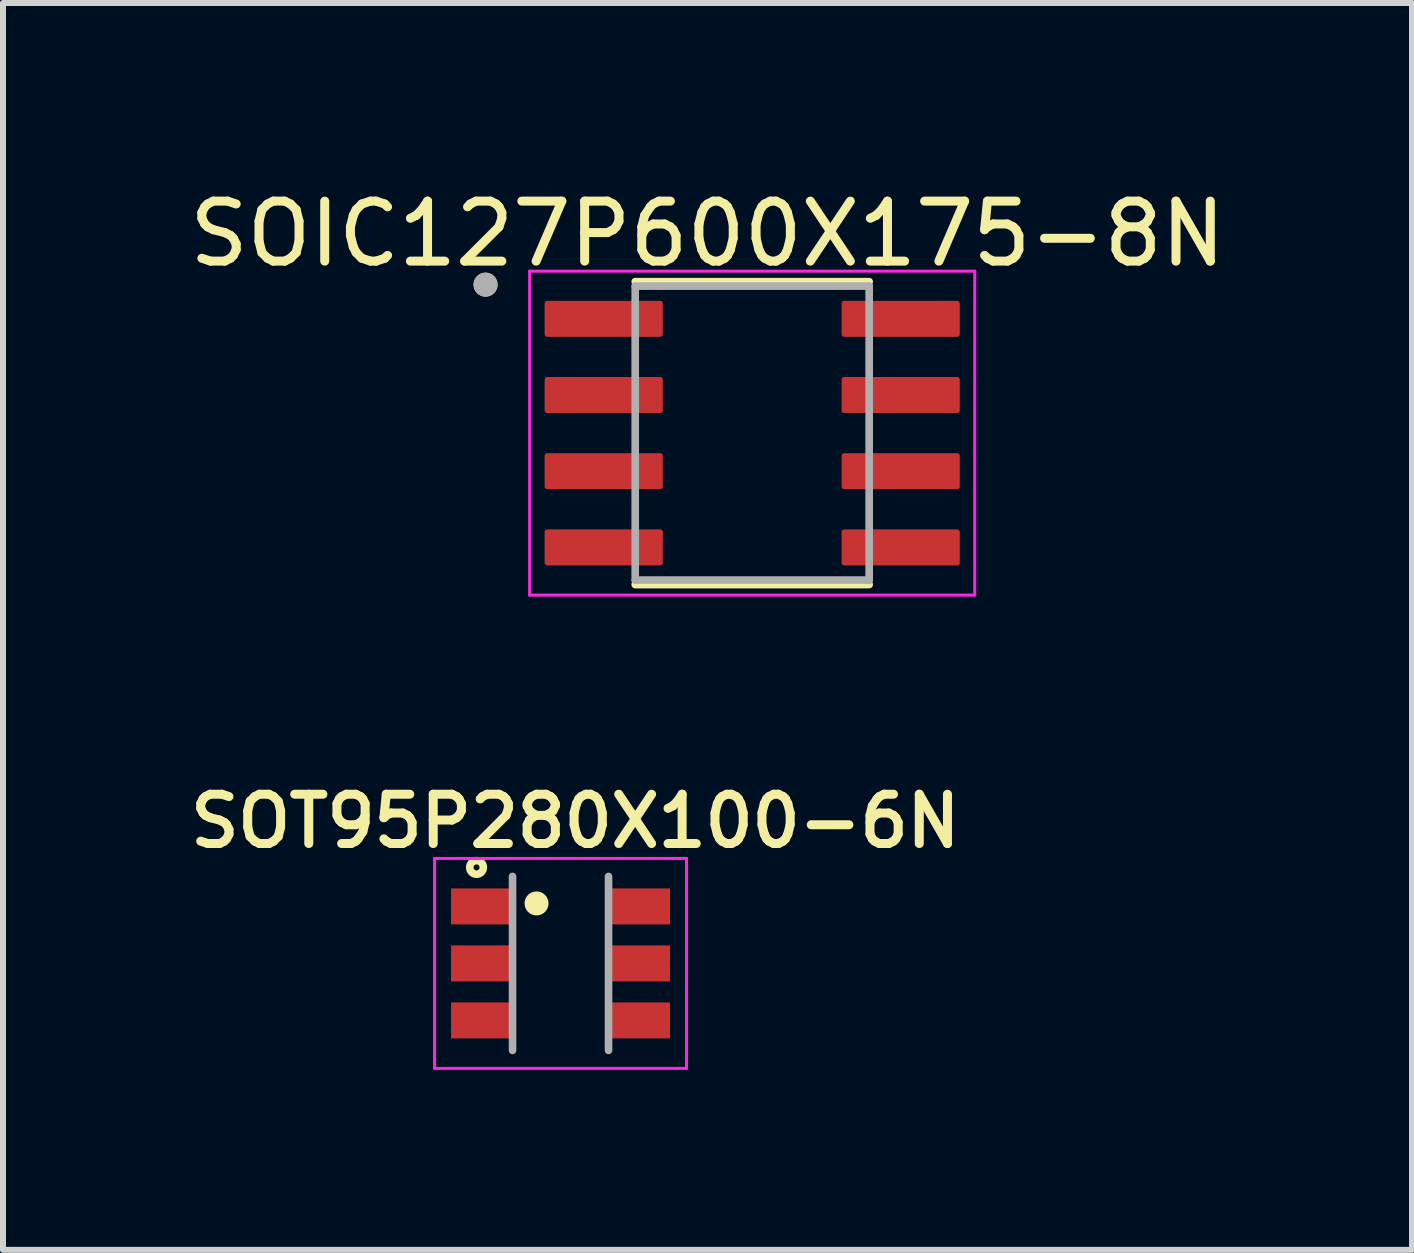
<source format=kicad_pcb>
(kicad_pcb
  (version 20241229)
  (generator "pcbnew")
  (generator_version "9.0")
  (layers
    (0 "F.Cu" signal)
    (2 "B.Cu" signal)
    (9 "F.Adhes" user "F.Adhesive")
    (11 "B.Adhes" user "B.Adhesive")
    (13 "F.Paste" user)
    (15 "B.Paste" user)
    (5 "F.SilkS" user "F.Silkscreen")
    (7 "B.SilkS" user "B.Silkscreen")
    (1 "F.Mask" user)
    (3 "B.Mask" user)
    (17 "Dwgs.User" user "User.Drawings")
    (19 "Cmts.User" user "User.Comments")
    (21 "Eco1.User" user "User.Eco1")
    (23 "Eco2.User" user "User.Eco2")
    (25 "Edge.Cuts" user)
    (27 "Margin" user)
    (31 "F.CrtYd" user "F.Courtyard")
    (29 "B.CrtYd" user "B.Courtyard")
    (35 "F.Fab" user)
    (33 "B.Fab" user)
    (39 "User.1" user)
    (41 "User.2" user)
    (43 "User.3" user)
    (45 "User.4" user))
  (footprint "SOIC127P600X175-8N"
    (layer "F.Cu")
    (at 9.489 4.17)
    (property "Reference" "SOIC127P600X175-8N" (at -0.745 -3.322 0) (layer "F.SilkS") (effects (font (size 1 1) (thickness 0.15))))
    (attr through_hole)
    (fp_line (start -1.95 -2.525) (end 1.95 -2.525) (stroke (width 0.127) (type solid)) (layer "F.SilkS"))
    (fp_line (start -1.95 2.525) (end 1.95 2.525) (stroke (width 0.127) (type solid)) (layer "F.SilkS"))
    (fp_circle (center -4.445 -2.475) (end -4.345 -2.475) (stroke (width 0.2) (type solid)) (fill no) (layer "F.SilkS"))
    (fp_line (start -3.71 -2.7) (end -3.71 2.7) (stroke (width 0.05) (type solid)) (layer "F.CrtYd"))
    (fp_line (start -3.71 -2.7) (end 3.71 -2.7) (stroke (width 0.05) (type solid)) (layer "F.CrtYd"))
    (fp_line (start -3.71 2.7) (end 3.71 2.7) (stroke (width 0.05) (type solid)) (layer "F.CrtYd"))
    (fp_line (start 3.71 -2.7) (end 3.71 2.7) (stroke (width 0.05) (type solid)) (layer "F.CrtYd"))
    (fp_line (start -1.95 -2.45) (end -1.95 2.45) (stroke (width 0.127) (type solid)) (layer "F.Fab"))
    (fp_line (start -1.95 -2.45) (end 1.95 -2.45) (stroke (width 0.127) (type solid)) (layer "F.Fab"))
    (fp_line (start -1.95 2.45) (end 1.95 2.45) (stroke (width 0.127) (type solid)) (layer "F.Fab"))
    (fp_line (start 1.95 -2.45) (end 1.95 2.45) (stroke (width 0.127) (type solid)) (layer "F.Fab"))
    (fp_circle (center -4.445 -2.475) (end -4.345 -2.475) (stroke (width 0.2) (type solid)) (fill no) (layer "F.Fab"))
    (pad "1" smd roundrect (at -2.475 -1.905) (size 1.97 0.6) (layers "F.Cu" "F.Mask" "F.Paste") (roundrect_rratio 0.07))
    (pad "2" smd roundrect (at -2.475 -0.635) (size 1.97 0.6) (layers "F.Cu" "F.Mask" "F.Paste") (roundrect_rratio 0.07))
    (pad "3" smd roundrect (at -2.475 0.635) (size 1.97 0.6) (layers "F.Cu" "F.Mask" "F.Paste") (roundrect_rratio 0.07))
    (pad "4" smd roundrect (at -2.475 1.905) (size 1.97 0.6) (layers "F.Cu" "F.Mask" "F.Paste") (roundrect_rratio 0.07))
    (pad "5" smd roundrect (at 2.475 1.905) (size 1.97 0.6) (layers "F.Cu" "F.Mask" "F.Paste") (roundrect_rratio 0.07))
    (pad "6" smd roundrect (at 2.475 0.635) (size 1.97 0.6) (layers "F.Cu" "F.Mask" "F.Paste") (roundrect_rratio 0.07))
    (pad "7" smd roundrect (at 2.475 -0.635) (size 1.97 0.6) (layers "F.Cu" "F.Mask" "F.Paste") (roundrect_rratio 0.07))
    (pad "8" smd roundrect (at 2.475 -1.905) (size 1.97 0.6) (layers "F.Cu" "F.Mask" "F.Paste") (roundrect_rratio 0.07)))
  (footprint "SOT95P280X100-6N"
    (layer "F.Cu")
    (at 6.294 13.01)
    (property "Reference" "SOT95P280X100-6N" (at 0.246 -2.371 0) (layer "F.SilkS") (effects (font (size 0.822 0.822) (thickness 0.15))))
    (attr through_hole)
    (fp_circle (center -1.4 -1.6) (end -1.35 -1.6) (stroke (width 0.127) (type solid)) (fill no) (layer "F.SilkS"))
    (fp_circle (center -0.4 -1) (end -0.3 -1) (stroke (width 0.2) (type solid)) (fill no) (layer "F.SilkS"))
    (fp_line (start -2.1 -1.75) (end 2.1 -1.75) (stroke (width 0.05) (type solid)) (layer "F.CrtYd"))
    (fp_line (start -2.1 1.75) (end -2.1 -1.75) (stroke (width 0.05) (type solid)) (layer "F.CrtYd"))
    (fp_line (start 2.1 -1.75) (end 2.1 1.75) (stroke (width 0.05) (type solid)) (layer "F.CrtYd"))
    (fp_line (start 2.1 1.75) (end -2.1 1.75) (stroke (width 0.05) (type solid)) (layer "F.CrtYd"))
    (fp_line (start -0.8 1.45) (end -0.8 -1.45) (stroke (width 0.127) (type solid)) (layer "F.Fab"))
    (fp_line (start 0.8 -1.45) (end 0.8 1.45) (stroke (width 0.127) (type solid)) (layer "F.Fab"))
    (pad "1" smd rect (at -1.3 -0.95) (size 1.05 0.6) (layers "F.Cu" "F.Mask" "F.Paste"))
    (pad "2" smd rect (at -1.3 0) (size 1.05 0.6) (layers "F.Cu" "F.Mask" "F.Paste"))
    (pad "3" smd rect (at -1.3 0.95) (size 1.05 0.6) (layers "F.Cu" "F.Mask" "F.Paste"))
    (pad "4" smd rect (at 1.3 0.95) (size 1.05 0.6) (layers "F.Cu" "F.Mask" "F.Paste"))
    (pad "5" smd rect (at 1.3 0) (size 1.05 0.6) (layers "F.Cu" "F.Mask" "F.Paste"))
    (pad "6" smd rect (at 1.3 -0.95) (size 1.05 0.6) (layers "F.Cu" "F.Mask" "F.Paste")))
  (gr_rect
    (start -3 -3)
    (end 20.488 17.785)
    (stroke (width 0.1) (type default))
    (fill no)
    (layer "Edge.Cuts")))
</source>
